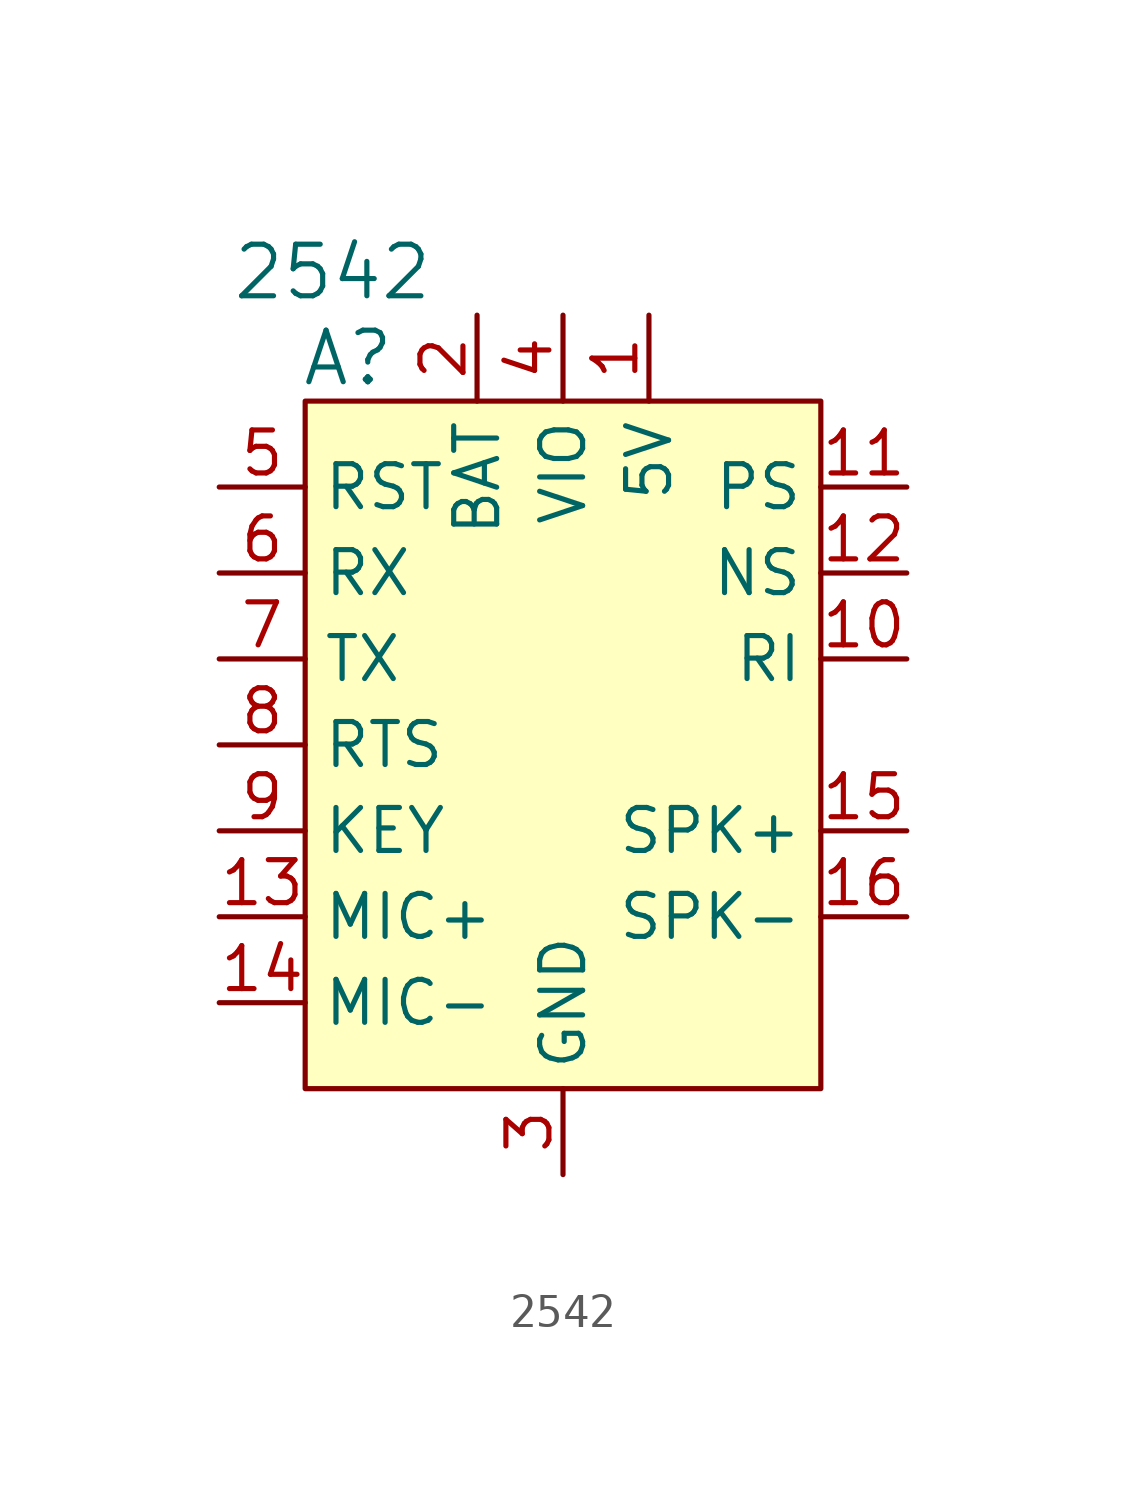
<source format=kicad_sym>
(kicad_symbol_lib
  (version 20231120)
  (generator "kicad_symbol_editor")
  (generator_version "8.0")
  (symbol "2542"
    (property "Reference" "A"
      (at -6.35 11.43 0)
      (effects (font (size 1.524 1.524))))
    (property "Value" "2542"
      (at -3.81 13.97 0)
      (effects (font (size 1.524 1.524)) (justify right)))
    (symbol "2542_0_1"
      (rectangle (start -7.62 10.16) (end 7.62 -10.16) (stroke (width 0) (type solid)) (fill (type background))))
    (symbol "2542_1_1"
      (pin power_in line (at 2.54 12.7 270) (length 2.54) (name "5V" (effects (font (size 1.27 1.27)))) (number "1" (effects (font (size 1.27 1.27)))))
      (pin output line (at 10.16 2.54 180) (length 2.54) (name "RI" (effects (font (size 1.27 1.27)))) (number "10" (effects (font (size 1.27 1.27)))))
      (pin output line (at 10.16 7.62 180) (length 2.54) (name "PS" (effects (font (size 1.27 1.27)))) (number "11" (effects (font (size 1.27 1.27)))))
      (pin input line (at 10.16 5.08 180) (length 2.54) (name "NS" (effects (font (size 1.27 1.27)))) (number "12" (effects (font (size 1.27 1.27)))))
      (pin power_in line (at -10.16 -5.08 0) (length 2.54) (name "MIC+" (effects (font (size 1.27 1.27)))) (number "13" (effects (font (size 1.27 1.27)))))
      (pin power_in line (at -10.16 -7.62 0) (length 2.54) (name "MIC-" (effects (font (size 1.27 1.27)))) (number "14" (effects (font (size 1.27 1.27)))))
      (pin power_in line (at 10.16 -2.54 180) (length 2.54) (name "SPK+" (effects (font (size 1.27 1.27)))) (number "15" (effects (font (size 1.27 1.27)))))
      (pin power_in line (at 10.16 -5.08 180) (length 2.54) (name "SPK-" (effects (font (size 1.27 1.27)))) (number "16" (effects (font (size 1.27 1.27)))))
      (pin passive line (at -2.54 12.7 270) (length 2.54) (name "BAT" (effects (font (size 1.27 1.27)))) (number "2" (effects (font (size 1.27 1.27)))))
      (pin power_in line (at 0 -12.7 90) (length 2.54) (name "GND" (effects (font (size 1.27 1.27)))) (number "3" (effects (font (size 1.27 1.27)))))
      (pin power_in line (at 0 12.7 270) (length 2.54) (name "VIO" (effects (font (size 1.27 1.27)))) (number "4" (effects (font (size 1.27 1.27)))))
      (pin input line (at -10.16 7.62 0) (length 2.54) (name "RST" (effects (font (size 1.27 1.27)))) (number "5" (effects (font (size 1.27 1.27)))))
      (pin input line (at -10.16 5.08 0) (length 2.54) (name "RX" (effects (font (size 1.27 1.27)))) (number "6" (effects (font (size 1.27 1.27)))))
      (pin output line (at -10.16 2.54 0) (length 2.54) (name "TX" (effects (font (size 1.27 1.27)))) (number "7" (effects (font (size 1.27 1.27)))))
      (pin input line (at -10.16 0 0) (length 2.54) (name "RTS" (effects (font (size 1.27 1.27)))) (number "8" (effects (font (size 1.27 1.27)))))
      (pin input line (at -10.16 -2.54 0) (length 2.54) (name "KEY" (effects (font (size 1.27 1.27)))) (number "9" (effects (font (size 1.27 1.27))))))))
</source>
